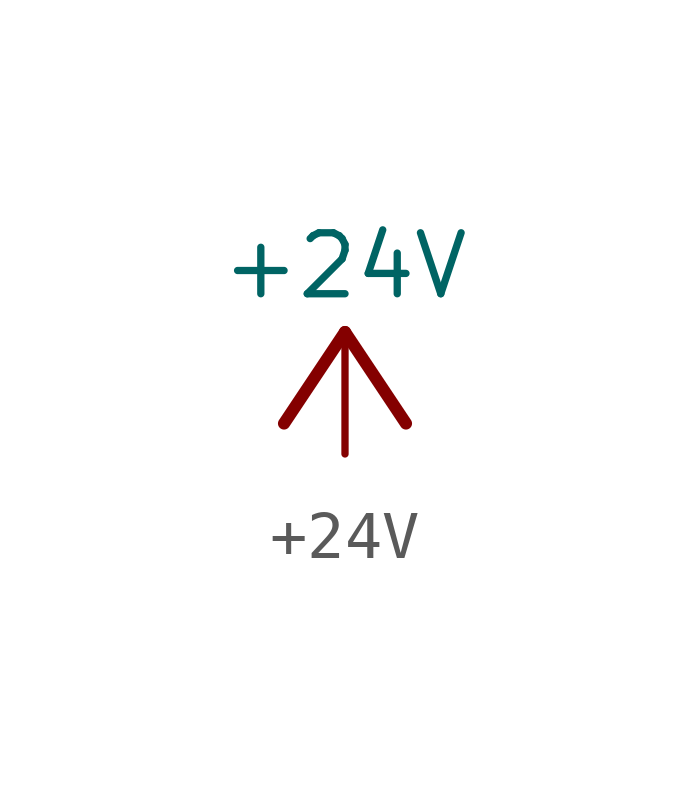
<source format=kicad_sym>
(kicad_symbol_lib
  (version 20241209)
  (generator "kicad_symbol_editor")
  (generator_version "9.0")
  (symbol "+24V"
    (power)
    (property "Reference" "#+24V"
      (at 0 0 0)
      (effects (font (size 1.27 1.27)) (hide yes)))
    (property "Value" "+24V"
      (at 0 3.175 0)
      (effects (font (size 1.27 1.27)) (justify bottom)))
    (property "ki_locked" ""
      (at 0 0 0)
      (effects (font (size 1.27 1.27))))
    (symbol "+24V_1_0"
      (polyline (pts (xy 0 2.54) (xy -1.27 0.635)) (stroke (width 0.254) (type solid)) (fill (type none)))
      (polyline (pts (xy 1.27 0.635) (xy 0 2.54)) (stroke (width 0.254) (type solid)) (fill (type none)))
      (pin power_in line (at 0 0 90) (length 2.54) (name "+24V" (effects (font (size 0 0)))) (number "1" (effects (font (size 0 0))))))))
</source>
